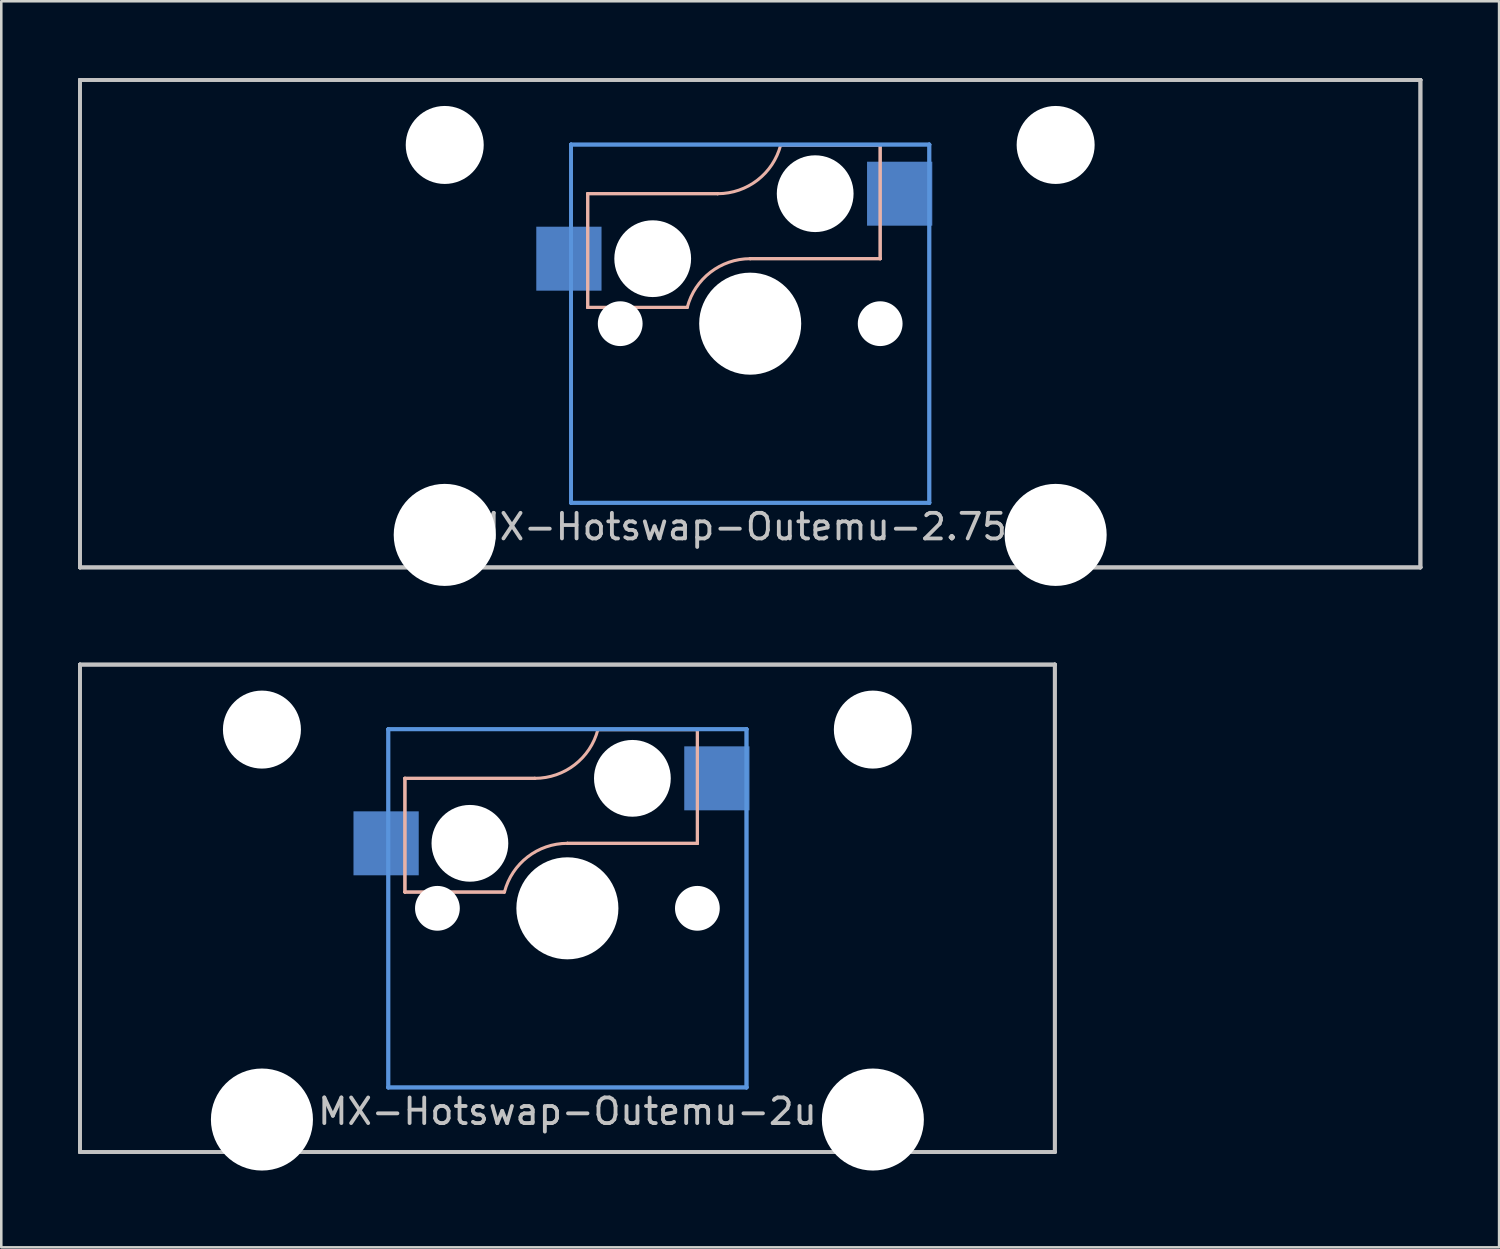
<source format=kicad_pcb>
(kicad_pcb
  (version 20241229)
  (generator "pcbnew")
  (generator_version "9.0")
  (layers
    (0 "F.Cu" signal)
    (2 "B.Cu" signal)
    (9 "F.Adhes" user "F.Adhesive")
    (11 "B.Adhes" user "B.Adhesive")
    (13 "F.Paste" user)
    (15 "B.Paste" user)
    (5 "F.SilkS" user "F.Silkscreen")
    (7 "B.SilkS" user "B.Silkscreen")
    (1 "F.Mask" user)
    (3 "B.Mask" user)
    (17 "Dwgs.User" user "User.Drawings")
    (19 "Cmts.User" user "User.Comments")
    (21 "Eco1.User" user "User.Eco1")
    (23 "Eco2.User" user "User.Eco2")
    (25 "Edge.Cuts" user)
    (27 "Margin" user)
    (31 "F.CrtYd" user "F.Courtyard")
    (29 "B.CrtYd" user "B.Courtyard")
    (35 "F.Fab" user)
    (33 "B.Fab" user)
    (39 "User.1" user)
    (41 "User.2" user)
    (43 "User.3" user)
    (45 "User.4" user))
  (footprint "MX-Hotswap-Outemu-2.75u"
    (layer "F.Cu")
    (at 26.269 9.6)
    (property "Reference" "MX-Hotswap-Outemu-2.75u" (at 0 7.938 0) (layer "Dwgs.User") (effects (font (size 1 1) (thickness 0.15))))
    (attr through_hole)
    (fp_line (start -6.35 -5.08) (end -6.35 -5.08) (stroke (width 0.12) (type solid)) (layer "B.SilkS"))
    (fp_line (start -6.35 -5.08) (end -6.35 -5.08) (stroke (width 0.12) (type solid)) (layer "B.SilkS"))
    (fp_line (start -6.35 -5.08) (end -6.35 -0.635) (stroke (width 0.12) (type solid)) (layer "B.SilkS"))
    (fp_line (start -6.35 -5.08) (end -1.27 -5.08) (stroke (width 0.12) (type solid)) (layer "B.SilkS"))
    (fp_line (start -6.35 -0.635) (end -6.35 -5.08) (stroke (width 0.12) (type solid)) (layer "B.SilkS"))
    (fp_line (start -6.35 -0.635) (end -6.35 -0.635) (stroke (width 0.12) (type solid)) (layer "B.SilkS"))
    (fp_line (start -6.35 -0.635) (end -6.35 -0.635) (stroke (width 0.12) (type solid)) (layer "B.SilkS"))
    (fp_line (start -6.35 -0.635) (end -2.464 -0.635) (stroke (width 0.12) (type solid)) (layer "B.SilkS"))
    (fp_line (start -2.464 -0.635) (end -6.35 -0.635) (stroke (width 0.12) (type solid)) (layer "B.SilkS"))
    (fp_line (start -2.464 -0.635) (end -2.464 -0.635) (stroke (width 0.12) (type solid)) (layer "B.SilkS"))
    (fp_line (start -1.27 -5.08) (end -6.35 -5.08) (stroke (width 0.12) (type solid)) (layer "B.SilkS"))
    (fp_line (start -1.27 -5.08) (end -1.27 -5.08) (stroke (width 0.12) (type solid)) (layer "B.SilkS"))
    (fp_line (start 0 -2.54) (end 0 -2.54) (stroke (width 0.12) (type solid)) (layer "B.SilkS"))
    (fp_line (start 0 -2.54) (end 5.08 -2.54) (stroke (width 0.12) (type solid)) (layer "B.SilkS"))
    (fp_line (start 1.194 -6.985) (end 1.194 -6.985) (stroke (width 0.12) (type solid)) (layer "B.SilkS"))
    (fp_line (start 1.194 -6.985) (end 5.08 -6.985) (stroke (width 0.12) (type solid)) (layer "B.SilkS"))
    (fp_line (start 5.08 -6.985) (end 1.194 -6.985) (stroke (width 0.12) (type solid)) (layer "B.SilkS"))
    (fp_line (start 5.08 -6.985) (end 5.08 -6.985) (stroke (width 0.12) (type solid)) (layer "B.SilkS"))
    (fp_line (start 5.08 -6.985) (end 5.08 -6.985) (stroke (width 0.12) (type solid)) (layer "B.SilkS"))
    (fp_line (start 5.08 -6.985) (end 5.08 -2.54) (stroke (width 0.12) (type solid)) (layer "B.SilkS"))
    (fp_line (start 5.08 -2.54) (end 0 -2.54) (stroke (width 0.12) (type solid)) (layer "B.SilkS"))
    (fp_line (start 5.08 -2.54) (end 5.08 -6.985) (stroke (width 0.12) (type solid)) (layer "B.SilkS"))
    (fp_line (start 5.08 -2.54) (end 5.08 -2.54) (stroke (width 0.12) (type solid)) (layer "B.SilkS"))
    (fp_line (start 5.08 -2.54) (end 5.08 -2.54) (stroke (width 0.12) (type solid)) (layer "B.SilkS"))
    (fp_arc (start -2.457981 -0.640256) (mid -1.553279 -2.009707) (end 0 -2.54) (stroke (width 0.12) (type solid)) (layer "B.SilkS"))
    (fp_arc (start 1.191368 -6.982362) (mid 0.285419 -5.611023) (end -1.27 -5.08) (stroke (width 0.12) (type solid)) (layer "B.SilkS"))
    (fp_line (start -26.194 -9.525) (end -26.194 -9.525) (stroke (width 0.15) (type solid)) (layer "Dwgs.User"))
    (fp_line (start -26.194 -9.525) (end -26.194 -9.525) (stroke (width 0.15) (type solid)) (layer "Dwgs.User"))
    (fp_line (start -26.194 -9.525) (end -26.194 9.525) (stroke (width 0.15) (type solid)) (layer "Dwgs.User"))
    (fp_line (start -26.194 -9.525) (end 26.194 -9.525) (stroke (width 0.15) (type solid)) (layer "Dwgs.User"))
    (fp_line (start -26.194 9.525) (end -26.194 -9.525) (stroke (width 0.15) (type solid)) (layer "Dwgs.User"))
    (fp_line (start -26.194 9.525) (end -26.194 9.525) (stroke (width 0.15) (type solid)) (layer "Dwgs.User"))
    (fp_line (start -26.194 9.525) (end -26.194 9.525) (stroke (width 0.15) (type solid)) (layer "Dwgs.User"))
    (fp_line (start -26.194 9.525) (end 26.194 9.525) (stroke (width 0.15) (type solid)) (layer "Dwgs.User"))
    (fp_line (start 26.194 -9.525) (end -26.194 -9.525) (stroke (width 0.15) (type solid)) (layer "Dwgs.User"))
    (fp_line (start 26.194 -9.525) (end 26.194 -9.525) (stroke (width 0.15) (type solid)) (layer "Dwgs.User"))
    (fp_line (start 26.194 -9.525) (end 26.194 -9.525) (stroke (width 0.15) (type solid)) (layer "Dwgs.User"))
    (fp_line (start 26.194 -9.525) (end 26.194 9.525) (stroke (width 0.15) (type solid)) (layer "Dwgs.User"))
    (fp_line (start 26.194 9.525) (end -26.194 9.525) (stroke (width 0.15) (type solid)) (layer "Dwgs.User"))
    (fp_line (start 26.194 9.525) (end 26.194 -9.525) (stroke (width 0.15) (type solid)) (layer "Dwgs.User"))
    (fp_line (start 26.194 9.525) (end 26.194 9.525) (stroke (width 0.15) (type solid)) (layer "Dwgs.User"))
    (fp_line (start 26.194 9.525) (end 26.194 9.525) (stroke (width 0.15) (type solid)) (layer "Dwgs.User"))
    (fp_line (start -7 -7) (end -7 -7) (stroke (width 0.15) (type solid)) (layer "Cmts.User"))
    (fp_line (start -7 -7) (end -7 -7) (stroke (width 0.15) (type solid)) (layer "Cmts.User"))
    (fp_line (start -7 -7) (end -7 7) (stroke (width 0.15) (type solid)) (layer "Cmts.User"))
    (fp_line (start -7 -7) (end 7 -7) (stroke (width 0.15) (type solid)) (layer "Cmts.User"))
    (fp_line (start -7 7) (end -7 -7) (stroke (width 0.15) (type solid)) (layer "Cmts.User"))
    (fp_line (start -7 7) (end -7 7) (stroke (width 0.15) (type solid)) (layer "Cmts.User"))
    (fp_line (start -7 7) (end -7 7) (stroke (width 0.15) (type solid)) (layer "Cmts.User"))
    (fp_line (start -7 7) (end 7 7) (stroke (width 0.15) (type solid)) (layer "Cmts.User"))
    (fp_line (start 7 -7) (end -7 -7) (stroke (width 0.15) (type solid)) (layer "Cmts.User"))
    (fp_line (start 7 -7) (end 7 -7) (stroke (width 0.15) (type solid)) (layer "Cmts.User"))
    (fp_line (start 7 -7) (end 7 -7) (stroke (width 0.15) (type solid)) (layer "Cmts.User"))
    (fp_line (start 7 -7) (end 7 7) (stroke (width 0.15) (type solid)) (layer "Cmts.User"))
    (fp_line (start 7 7) (end -7 7) (stroke (width 0.15) (type solid)) (layer "Cmts.User"))
    (fp_line (start 7 7) (end 7 -7) (stroke (width 0.15) (type solid)) (layer "Cmts.User"))
    (fp_line (start 7 7) (end 7 7) (stroke (width 0.15) (type solid)) (layer "Cmts.User"))
    (fp_line (start 7 7) (end 7 7) (stroke (width 0.15) (type solid)) (layer "Cmts.User"))
    (pad "" np_thru_hole circle (at -11.938 -6.985) (size 3.048 3.048) (drill 3.048) (layers "*.Cu" "*.Mask"))
    (pad "" np_thru_hole circle (at -11.938 8.255) (size 3.988 3.988) (drill 3.988) (layers "*.Cu" "*.Mask"))
    (pad "" np_thru_hole circle (at -5.08 0) (size 1.75 1.75) (drill 1.75) (layers "*.Cu" "*.Mask"))
    (pad "" np_thru_hole circle (at -3.81 -2.54) (size 3 3) (drill 3) (layers "*.Cu" "*.Mask"))
    (pad "" np_thru_hole circle (at 0 0) (size 3.988 3.988) (drill 3.988) (layers "*.Cu" "*.Mask"))
    (pad "" np_thru_hole circle (at 2.54 -5.08) (size 3 3) (drill 3) (layers "*.Cu" "*.Mask"))
    (pad "" np_thru_hole circle (at 5.08 0) (size 1.75 1.75) (drill 1.75) (layers "*.Cu" "*.Mask"))
    (pad "" np_thru_hole circle (at 11.938 -6.985) (size 3.048 3.048) (drill 3.048) (layers "*.Cu" "*.Mask"))
    (pad "" np_thru_hole circle (at 11.938 8.255) (size 3.988 3.988) (drill 3.988) (layers "*.Cu" "*.Mask"))
    (pad "1" smd rect (at -7.085 -2.54) (size 2.55 2.5) (layers "B.Cu" "B.Mask" "B.Paste"))
    (pad "2" smd rect (at 5.842 -5.08) (size 2.55 2.5) (layers "B.Cu" "B.Mask" "B.Paste")))
  (footprint "MX-Hotswap-Outemu-2u"
    (layer "F.Cu")
    (at 19.125 32.449)
    (property "Reference" "MX-Hotswap-Outemu-2u" (at 0 7.938 0) (layer "Dwgs.User") (effects (font (size 1 1) (thickness 0.15))))
    (attr through_hole)
    (fp_line (start -6.35 -5.08) (end -6.35 -5.08) (stroke (width 0.12) (type solid)) (layer "B.SilkS"))
    (fp_line (start -6.35 -5.08) (end -6.35 -5.08) (stroke (width 0.12) (type solid)) (layer "B.SilkS"))
    (fp_line (start -6.35 -5.08) (end -6.35 -0.635) (stroke (width 0.12) (type solid)) (layer "B.SilkS"))
    (fp_line (start -6.35 -5.08) (end -1.27 -5.08) (stroke (width 0.12) (type solid)) (layer "B.SilkS"))
    (fp_line (start -6.35 -0.635) (end -6.35 -5.08) (stroke (width 0.12) (type solid)) (layer "B.SilkS"))
    (fp_line (start -6.35 -0.635) (end -6.35 -0.635) (stroke (width 0.12) (type solid)) (layer "B.SilkS"))
    (fp_line (start -6.35 -0.635) (end -6.35 -0.635) (stroke (width 0.12) (type solid)) (layer "B.SilkS"))
    (fp_line (start -6.35 -0.635) (end -2.464 -0.635) (stroke (width 0.12) (type solid)) (layer "B.SilkS"))
    (fp_line (start -2.464 -0.635) (end -6.35 -0.635) (stroke (width 0.12) (type solid)) (layer "B.SilkS"))
    (fp_line (start -2.464 -0.635) (end -2.464 -0.635) (stroke (width 0.12) (type solid)) (layer "B.SilkS"))
    (fp_line (start -1.27 -5.08) (end -6.35 -5.08) (stroke (width 0.12) (type solid)) (layer "B.SilkS"))
    (fp_line (start -1.27 -5.08) (end -1.27 -5.08) (stroke (width 0.12) (type solid)) (layer "B.SilkS"))
    (fp_line (start 0 -2.54) (end 0 -2.54) (stroke (width 0.12) (type solid)) (layer "B.SilkS"))
    (fp_line (start 0 -2.54) (end 5.08 -2.54) (stroke (width 0.12) (type solid)) (layer "B.SilkS"))
    (fp_line (start 1.194 -6.985) (end 1.194 -6.985) (stroke (width 0.12) (type solid)) (layer "B.SilkS"))
    (fp_line (start 1.194 -6.985) (end 5.08 -6.985) (stroke (width 0.12) (type solid)) (layer "B.SilkS"))
    (fp_line (start 5.08 -6.985) (end 1.194 -6.985) (stroke (width 0.12) (type solid)) (layer "B.SilkS"))
    (fp_line (start 5.08 -6.985) (end 5.08 -6.985) (stroke (width 0.12) (type solid)) (layer "B.SilkS"))
    (fp_line (start 5.08 -6.985) (end 5.08 -6.985) (stroke (width 0.12) (type solid)) (layer "B.SilkS"))
    (fp_line (start 5.08 -6.985) (end 5.08 -2.54) (stroke (width 0.12) (type solid)) (layer "B.SilkS"))
    (fp_line (start 5.08 -2.54) (end 0 -2.54) (stroke (width 0.12) (type solid)) (layer "B.SilkS"))
    (fp_line (start 5.08 -2.54) (end 5.08 -6.985) (stroke (width 0.12) (type solid)) (layer "B.SilkS"))
    (fp_line (start 5.08 -2.54) (end 5.08 -2.54) (stroke (width 0.12) (type solid)) (layer "B.SilkS"))
    (fp_line (start 5.08 -2.54) (end 5.08 -2.54) (stroke (width 0.12) (type solid)) (layer "B.SilkS"))
    (fp_arc (start -2.457981 -0.640256) (mid -1.553279 -2.009707) (end 0 -2.54) (stroke (width 0.12) (type solid)) (layer "B.SilkS"))
    (fp_arc (start 1.191368 -6.982362) (mid 0.285419 -5.611023) (end -1.27 -5.08) (stroke (width 0.12) (type solid)) (layer "B.SilkS"))
    (fp_line (start -19.05 -9.525) (end -19.05 -9.525) (stroke (width 0.15) (type solid)) (layer "Dwgs.User"))
    (fp_line (start -19.05 -9.525) (end -19.05 -9.525) (stroke (width 0.15) (type solid)) (layer "Dwgs.User"))
    (fp_line (start -19.05 -9.525) (end -19.05 9.525) (stroke (width 0.15) (type solid)) (layer "Dwgs.User"))
    (fp_line (start -19.05 -9.525) (end 19.05 -9.525) (stroke (width 0.15) (type solid)) (layer "Dwgs.User"))
    (fp_line (start -19.05 9.525) (end -19.05 -9.525) (stroke (width 0.15) (type solid)) (layer "Dwgs.User"))
    (fp_line (start -19.05 9.525) (end -19.05 9.525) (stroke (width 0.15) (type solid)) (layer "Dwgs.User"))
    (fp_line (start -19.05 9.525) (end -19.05 9.525) (stroke (width 0.15) (type solid)) (layer "Dwgs.User"))
    (fp_line (start -19.05 9.525) (end 19.05 9.525) (stroke (width 0.15) (type solid)) (layer "Dwgs.User"))
    (fp_line (start 19.05 -9.525) (end -19.05 -9.525) (stroke (width 0.15) (type solid)) (layer "Dwgs.User"))
    (fp_line (start 19.05 -9.525) (end 19.05 -9.525) (stroke (width 0.15) (type solid)) (layer "Dwgs.User"))
    (fp_line (start 19.05 -9.525) (end 19.05 -9.525) (stroke (width 0.15) (type solid)) (layer "Dwgs.User"))
    (fp_line (start 19.05 -9.525) (end 19.05 9.525) (stroke (width 0.15) (type solid)) (layer "Dwgs.User"))
    (fp_line (start 19.05 9.525) (end -19.05 9.525) (stroke (width 0.15) (type solid)) (layer "Dwgs.User"))
    (fp_line (start 19.05 9.525) (end 19.05 -9.525) (stroke (width 0.15) (type solid)) (layer "Dwgs.User"))
    (fp_line (start 19.05 9.525) (end 19.05 9.525) (stroke (width 0.15) (type solid)) (layer "Dwgs.User"))
    (fp_line (start 19.05 9.525) (end 19.05 9.525) (stroke (width 0.15) (type solid)) (layer "Dwgs.User"))
    (fp_line (start -7 -7) (end -7 -7) (stroke (width 0.15) (type solid)) (layer "Cmts.User"))
    (fp_line (start -7 -7) (end -7 -7) (stroke (width 0.15) (type solid)) (layer "Cmts.User"))
    (fp_line (start -7 -7) (end -7 7) (stroke (width 0.15) (type solid)) (layer "Cmts.User"))
    (fp_line (start -7 -7) (end 7 -7) (stroke (width 0.15) (type solid)) (layer "Cmts.User"))
    (fp_line (start -7 7) (end -7 -7) (stroke (width 0.15) (type solid)) (layer "Cmts.User"))
    (fp_line (start -7 7) (end -7 7) (stroke (width 0.15) (type solid)) (layer "Cmts.User"))
    (fp_line (start -7 7) (end -7 7) (stroke (width 0.15) (type solid)) (layer "Cmts.User"))
    (fp_line (start -7 7) (end 7 7) (stroke (width 0.15) (type solid)) (layer "Cmts.User"))
    (fp_line (start 7 -7) (end -7 -7) (stroke (width 0.15) (type solid)) (layer "Cmts.User"))
    (fp_line (start 7 -7) (end 7 -7) (stroke (width 0.15) (type solid)) (layer "Cmts.User"))
    (fp_line (start 7 -7) (end 7 -7) (stroke (width 0.15) (type solid)) (layer "Cmts.User"))
    (fp_line (start 7 -7) (end 7 7) (stroke (width 0.15) (type solid)) (layer "Cmts.User"))
    (fp_line (start 7 7) (end -7 7) (stroke (width 0.15) (type solid)) (layer "Cmts.User"))
    (fp_line (start 7 7) (end 7 -7) (stroke (width 0.15) (type solid)) (layer "Cmts.User"))
    (fp_line (start 7 7) (end 7 7) (stroke (width 0.15) (type solid)) (layer "Cmts.User"))
    (fp_line (start 7 7) (end 7 7) (stroke (width 0.15) (type solid)) (layer "Cmts.User"))
    (pad "" np_thru_hole circle (at -11.938 -6.985) (size 3.048 3.048) (drill 3.048) (layers "*.Cu" "*.Mask"))
    (pad "" np_thru_hole circle (at -11.938 8.255) (size 3.988 3.988) (drill 3.988) (layers "*.Cu" "*.Mask"))
    (pad "" np_thru_hole circle (at -5.08 0) (size 1.75 1.75) (drill 1.75) (layers "*.Cu" "*.Mask"))
    (pad "" np_thru_hole circle (at -3.81 -2.54) (size 3 3) (drill 3) (layers "*.Cu" "*.Mask"))
    (pad "" np_thru_hole circle (at 0 0) (size 3.988 3.988) (drill 3.988) (layers "*.Cu" "*.Mask"))
    (pad "" np_thru_hole circle (at 2.54 -5.08) (size 3 3) (drill 3) (layers "*.Cu" "*.Mask"))
    (pad "" np_thru_hole circle (at 5.08 0) (size 1.75 1.75) (drill 1.75) (layers "*.Cu" "*.Mask"))
    (pad "" np_thru_hole circle (at 11.938 -6.985) (size 3.048 3.048) (drill 3.048) (layers "*.Cu" "*.Mask"))
    (pad "" np_thru_hole circle (at 11.938 8.255) (size 3.988 3.988) (drill 3.988) (layers "*.Cu" "*.Mask"))
    (pad "1" smd rect (at -7.085 -2.54) (size 2.55 2.5) (layers "B.Cu" "B.Mask" "B.Paste"))
    (pad "2" smd rect (at 5.842 -5.08) (size 2.55 2.5) (layers "B.Cu" "B.Mask" "B.Paste")))
  (gr_rect
    (start -3 -3)
    (end 55.538 45.698)
    (stroke (width 0.1) (type default))
    (fill no)
    (layer "Edge.Cuts")))
</source>
